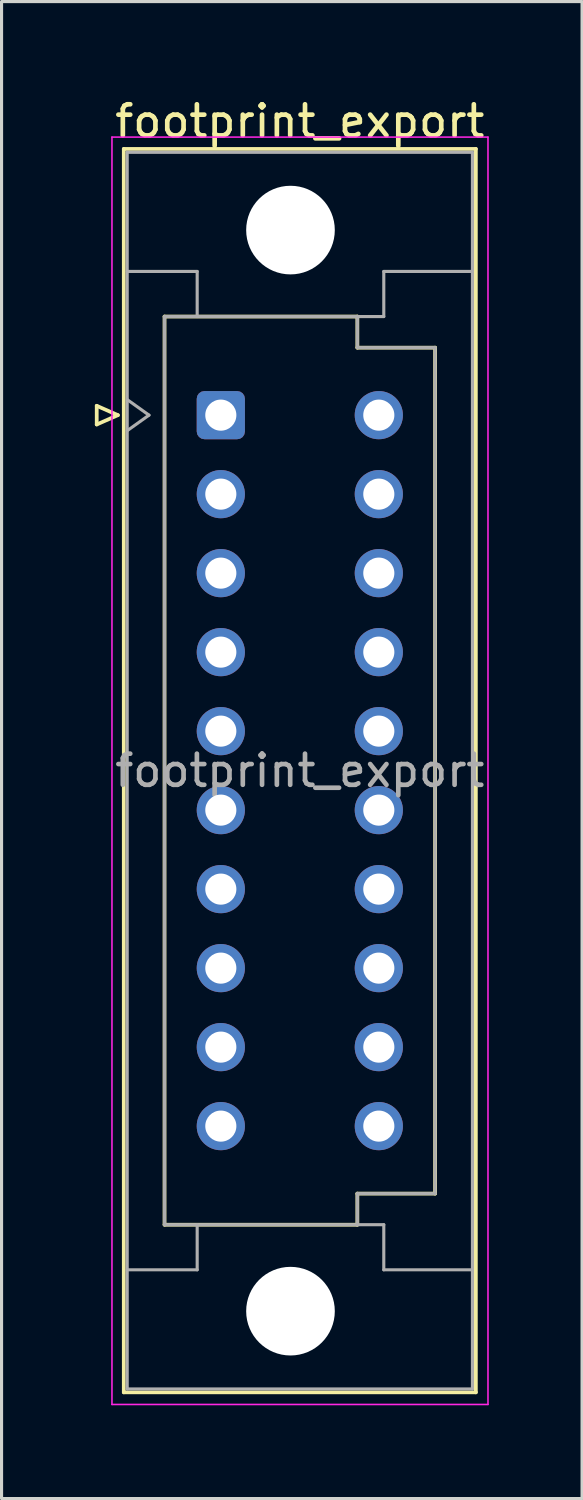
<source format=kicad_pcb>
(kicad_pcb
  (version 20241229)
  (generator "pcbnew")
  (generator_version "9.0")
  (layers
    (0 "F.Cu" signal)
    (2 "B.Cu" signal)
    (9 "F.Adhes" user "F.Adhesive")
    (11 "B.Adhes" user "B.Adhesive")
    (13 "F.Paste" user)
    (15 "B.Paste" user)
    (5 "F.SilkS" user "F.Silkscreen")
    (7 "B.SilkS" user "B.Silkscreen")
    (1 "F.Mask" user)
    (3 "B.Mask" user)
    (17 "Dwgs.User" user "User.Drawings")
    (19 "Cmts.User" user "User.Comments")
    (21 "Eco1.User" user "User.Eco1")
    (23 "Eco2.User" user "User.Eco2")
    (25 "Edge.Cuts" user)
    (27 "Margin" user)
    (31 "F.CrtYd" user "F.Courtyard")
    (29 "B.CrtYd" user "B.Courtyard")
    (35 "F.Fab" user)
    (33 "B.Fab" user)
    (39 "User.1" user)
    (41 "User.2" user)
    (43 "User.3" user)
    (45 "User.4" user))
  (footprint "footprint_export"
    (layer "F.Cu")
    (at 4.05 10.298)
    (property "Reference" "footprint_export" (at 2.54 -9.45 0) (layer "F.SilkS") (effects (font (size 1 1) (thickness 0.15))))
    (attr through_hole)
    (fp_line (start -3.99 -0.3) (end -3.99 0.3) (stroke (width 0.12) (type solid)) (layer "F.SilkS"))
    (fp_line (start -3.99 0.3) (end -3.31 0) (stroke (width 0.12) (type solid)) (layer "F.SilkS"))
    (fp_line (start -3.31 0) (end -3.99 -0.3) (stroke (width 0.12) (type solid)) (layer "F.SilkS"))
    (fp_line (start -3.12 -8.56) (end 8.2 -8.56) (stroke (width 0.12) (type solid)) (layer "F.SilkS"))
    (fp_line (start -3.12 31.42) (end -3.12 -8.56) (stroke (width 0.12) (type solid)) (layer "F.SilkS"))
    (fp_line (start -1.81 -3.17) (end 4.39 -3.17) (stroke (width 0.12) (type solid)) (layer "F.SilkS"))
    (fp_line (start -1.81 26.03) (end -1.81 -3.17) (stroke (width 0.12) (type solid)) (layer "F.SilkS"))
    (fp_line (start 4.39 -3.17) (end 4.39 -2.17) (stroke (width 0.12) (type solid)) (layer "F.SilkS"))
    (fp_line (start 4.39 -2.17) (end 6.89 -2.17) (stroke (width 0.12) (type solid)) (layer "F.SilkS"))
    (fp_line (start 4.39 25.03) (end 4.39 26.03) (stroke (width 0.12) (type solid)) (layer "F.SilkS"))
    (fp_line (start 4.39 26.03) (end -1.81 26.03) (stroke (width 0.12) (type solid)) (layer "F.SilkS"))
    (fp_line (start 6.89 -2.17) (end 6.89 25.03) (stroke (width 0.12) (type solid)) (layer "F.SilkS"))
    (fp_line (start 6.89 25.03) (end 4.39 25.03) (stroke (width 0.12) (type solid)) (layer "F.SilkS"))
    (fp_line (start 8.2 -8.56) (end 8.2 31.42) (stroke (width 0.12) (type solid)) (layer "F.SilkS"))
    (fp_line (start 8.2 31.42) (end -3.12 31.42) (stroke (width 0.12) (type solid)) (layer "F.SilkS"))
    (fp_line (start -3.5 -8.94) (end 8.59 -8.94) (stroke (width 0.05) (type solid)) (layer "F.CrtYd"))
    (fp_line (start -3.5 31.81) (end -3.5 -8.94) (stroke (width 0.05) (type solid)) (layer "F.CrtYd"))
    (fp_line (start 8.59 -8.94) (end 8.59 31.81) (stroke (width 0.05) (type solid)) (layer "F.CrtYd"))
    (fp_line (start 8.59 31.81) (end -3.5 31.81) (stroke (width 0.05) (type solid)) (layer "F.CrtYd"))
    (fp_line (start -3.01 -8.45) (end 8.09 -8.45) (stroke (width 0.1) (type solid)) (layer "F.Fab"))
    (fp_line (start -3.01 -4.62) (end -0.76 -4.62) (stroke (width 0.1) (type solid)) (layer "F.Fab"))
    (fp_line (start -3.01 -0.5) (end -2.31 0) (stroke (width 0.1) (type solid)) (layer "F.Fab"))
    (fp_line (start -3.01 27.48) (end -0.76 27.48) (stroke (width 0.1) (type solid)) (layer "F.Fab"))
    (fp_line (start -3.01 31.31) (end -3.01 -8.45) (stroke (width 0.1) (type solid)) (layer "F.Fab"))
    (fp_line (start -2.31 0) (end -3.01 0.5) (stroke (width 0.1) (type solid)) (layer "F.Fab"))
    (fp_line (start -1.81 -3.17) (end 4.39 -3.17) (stroke (width 0.1) (type solid)) (layer "F.Fab"))
    (fp_line (start -1.81 26.03) (end -1.81 -3.17) (stroke (width 0.1) (type solid)) (layer "F.Fab"))
    (fp_line (start -0.76 -4.62) (end -0.76 -3.17) (stroke (width 0.1) (type solid)) (layer "F.Fab"))
    (fp_line (start -0.76 27.48) (end -0.76 26.03) (stroke (width 0.1) (type solid)) (layer "F.Fab"))
    (fp_line (start 4.39 -3.17) (end 4.39 -2.17) (stroke (width 0.1) (type solid)) (layer "F.Fab"))
    (fp_line (start 4.39 -3.17) (end 5.24 -3.17) (stroke (width 0.1) (type solid)) (layer "F.Fab"))
    (fp_line (start 4.39 -2.17) (end 6.89 -2.17) (stroke (width 0.1) (type solid)) (layer "F.Fab"))
    (fp_line (start 4.39 25.03) (end 4.39 26.03) (stroke (width 0.1) (type solid)) (layer "F.Fab"))
    (fp_line (start 4.39 26.03) (end -1.81 26.03) (stroke (width 0.1) (type solid)) (layer "F.Fab"))
    (fp_line (start 4.39 26.03) (end 5.24 26.03) (stroke (width 0.1) (type solid)) (layer "F.Fab"))
    (fp_line (start 5.24 -4.62) (end 8.09 -4.62) (stroke (width 0.1) (type solid)) (layer "F.Fab"))
    (fp_line (start 5.24 -3.17) (end 5.24 -4.62) (stroke (width 0.1) (type solid)) (layer "F.Fab"))
    (fp_line (start 5.24 26.03) (end 5.24 27.48) (stroke (width 0.1) (type solid)) (layer "F.Fab"))
    (fp_line (start 5.24 27.48) (end 8.09 27.48) (stroke (width 0.1) (type solid)) (layer "F.Fab"))
    (fp_line (start 6.89 -2.17) (end 6.89 25.03) (stroke (width 0.1) (type solid)) (layer "F.Fab"))
    (fp_line (start 6.89 25.03) (end 4.39 25.03) (stroke (width 0.1) (type solid)) (layer "F.Fab"))
    (fp_line (start 8.09 -8.45) (end 8.09 31.31) (stroke (width 0.1) (type solid)) (layer "F.Fab"))
    (fp_line (start 8.09 31.31) (end -3.01 31.31) (stroke (width 0.1) (type solid)) (layer "F.Fab"))
    (fp_text user "${REFERENCE}" (at 2.54 11.43 0) (layer "F.Fab") (effects (font (size 1 1) (thickness 0.15))))
    (pad "" np_thru_hole circle (at 2.24 -5.95) (size 2.85 2.85) (drill 2.85) (layers "*.Cu" "*.Mask"))
    (pad "" np_thru_hole circle (at 2.24 28.81) (size 2.85 2.85) (drill 2.85) (layers "*.Cu" "*.Mask"))
    (pad "a1" thru_hole roundrect (at 0 0) (size 1.55 1.55) (drill 1) (layers "*.Cu" "*.Mask") (roundrect_rratio 0.161))
    (pad "a2" thru_hole circle (at 0 2.54) (size 1.55 1.55) (drill 1) (layers "*.Cu" "*.Mask"))
    (pad "a3" thru_hole circle (at 0 5.08) (size 1.55 1.55) (drill 1) (layers "*.Cu" "*.Mask"))
    (pad "a4" thru_hole circle (at 0 7.62) (size 1.55 1.55) (drill 1) (layers "*.Cu" "*.Mask"))
    (pad "a5" thru_hole circle (at 0 10.16) (size 1.55 1.55) (drill 1) (layers "*.Cu" "*.Mask"))
    (pad "a6" thru_hole circle (at 0 12.7) (size 1.55 1.55) (drill 1) (layers "*.Cu" "*.Mask"))
    (pad "a7" thru_hole circle (at 0 15.24) (size 1.55 1.55) (drill 1) (layers "*.Cu" "*.Mask"))
    (pad "a8" thru_hole circle (at 0 17.78) (size 1.55 1.55) (drill 1) (layers "*.Cu" "*.Mask"))
    (pad "a9" thru_hole circle (at 0 20.32) (size 1.55 1.55) (drill 1) (layers "*.Cu" "*.Mask"))
    (pad "a10" thru_hole circle (at 0 22.86) (size 1.55 1.55) (drill 1) (layers "*.Cu" "*.Mask"))
    (pad "c1" thru_hole circle (at 5.08 0) (size 1.55 1.55) (drill 1) (layers "*.Cu" "*.Mask"))
    (pad "c2" thru_hole circle (at 5.08 2.54) (size 1.55 1.55) (drill 1) (layers "*.Cu" "*.Mask"))
    (pad "c3" thru_hole circle (at 5.08 5.08) (size 1.55 1.55) (drill 1) (layers "*.Cu" "*.Mask"))
    (pad "c4" thru_hole circle (at 5.08 7.62) (size 1.55 1.55) (drill 1) (layers "*.Cu" "*.Mask"))
    (pad "c5" thru_hole circle (at 5.08 10.16) (size 1.55 1.55) (drill 1) (layers "*.Cu" "*.Mask"))
    (pad "c6" thru_hole circle (at 5.08 12.7) (size 1.55 1.55) (drill 1) (layers "*.Cu" "*.Mask"))
    (pad "c7" thru_hole circle (at 5.08 15.24) (size 1.55 1.55) (drill 1) (layers "*.Cu" "*.Mask"))
    (pad "c8" thru_hole circle (at 5.08 17.78) (size 1.55 1.55) (drill 1) (layers "*.Cu" "*.Mask"))
    (pad "c9" thru_hole circle (at 5.08 20.32) (size 1.55 1.55) (drill 1) (layers "*.Cu" "*.Mask"))
    (pad "c10" thru_hole circle (at 5.08 22.86) (size 1.55 1.55) (drill 1) (layers "*.Cu" "*.Mask")))
  (gr_rect
    (start -3 -3)
    (end 15.665 45.133)
    (stroke (width 0.1) (type default))
    (fill no)
    (layer "Edge.Cuts")))
</source>
